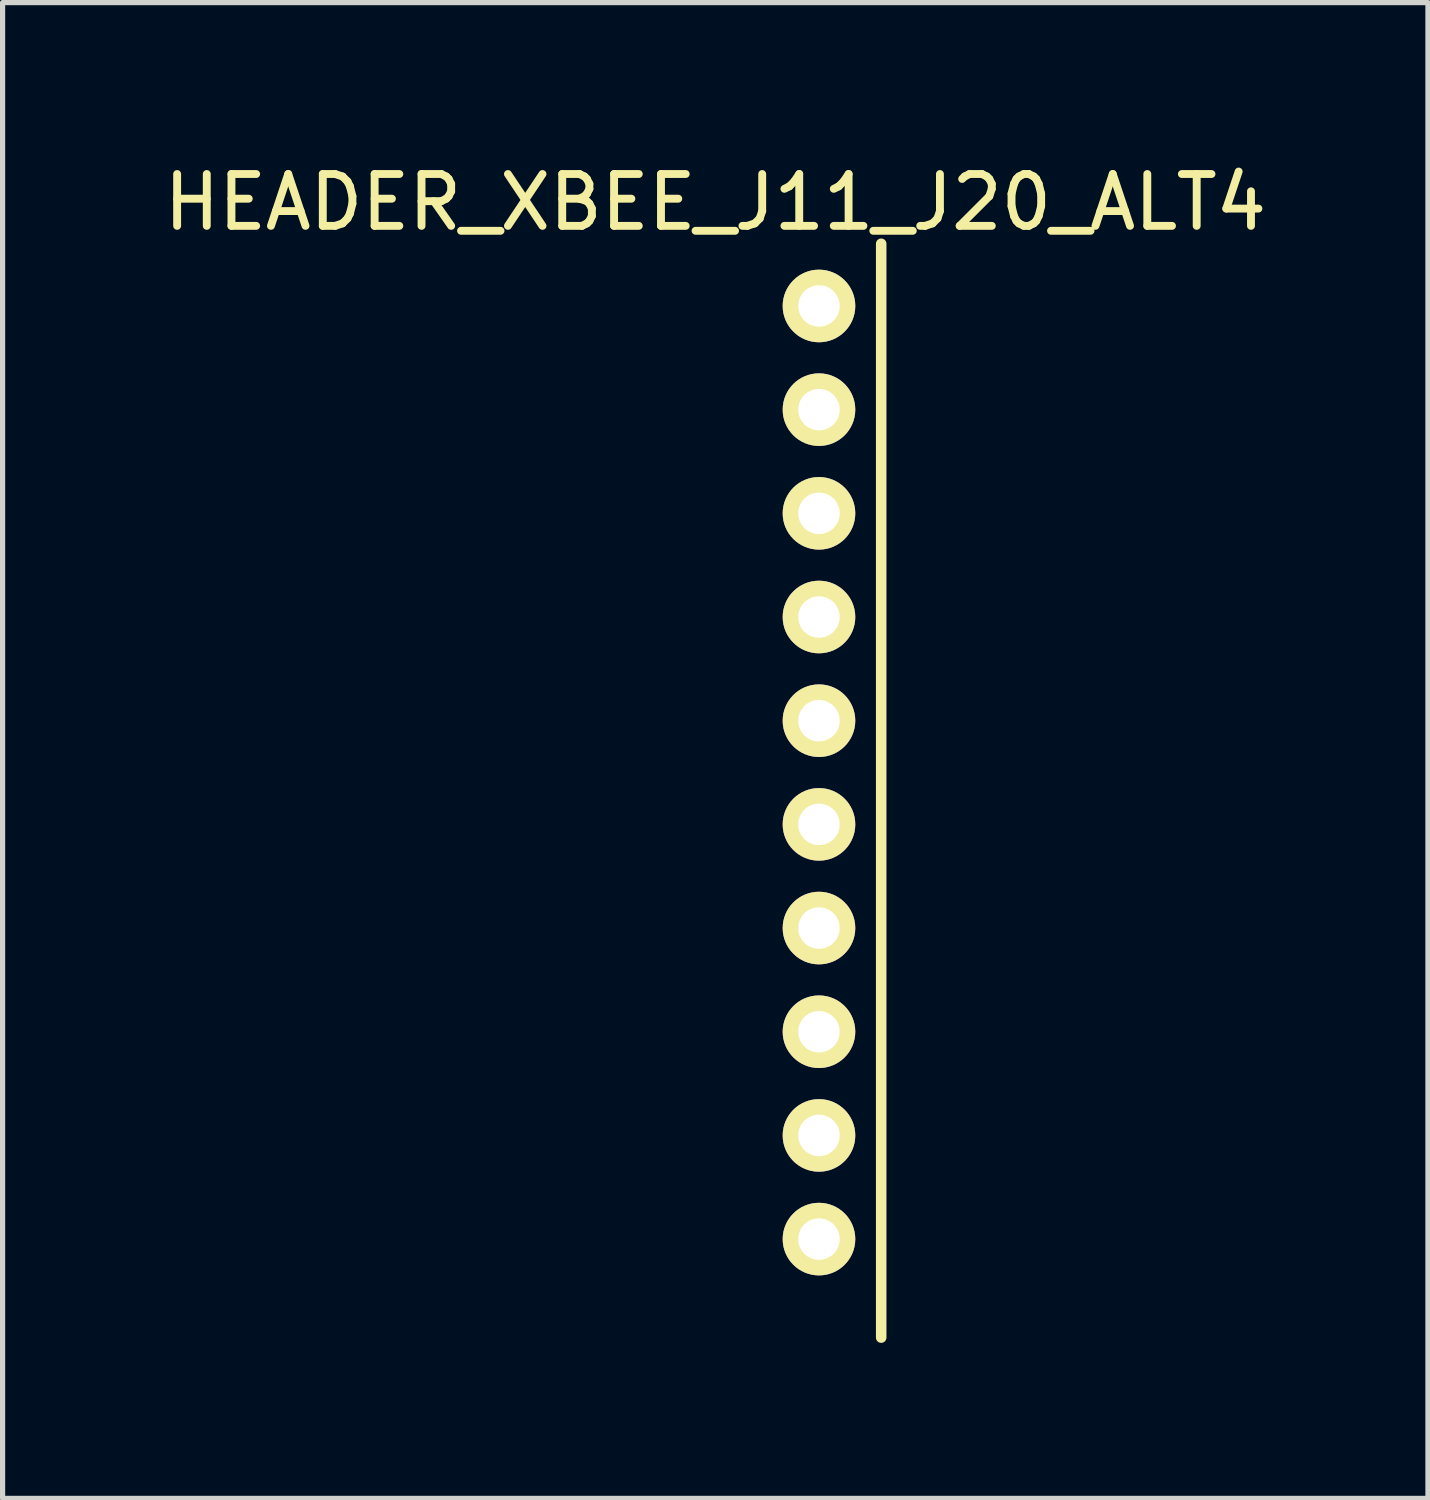
<source format=kicad_pcb>
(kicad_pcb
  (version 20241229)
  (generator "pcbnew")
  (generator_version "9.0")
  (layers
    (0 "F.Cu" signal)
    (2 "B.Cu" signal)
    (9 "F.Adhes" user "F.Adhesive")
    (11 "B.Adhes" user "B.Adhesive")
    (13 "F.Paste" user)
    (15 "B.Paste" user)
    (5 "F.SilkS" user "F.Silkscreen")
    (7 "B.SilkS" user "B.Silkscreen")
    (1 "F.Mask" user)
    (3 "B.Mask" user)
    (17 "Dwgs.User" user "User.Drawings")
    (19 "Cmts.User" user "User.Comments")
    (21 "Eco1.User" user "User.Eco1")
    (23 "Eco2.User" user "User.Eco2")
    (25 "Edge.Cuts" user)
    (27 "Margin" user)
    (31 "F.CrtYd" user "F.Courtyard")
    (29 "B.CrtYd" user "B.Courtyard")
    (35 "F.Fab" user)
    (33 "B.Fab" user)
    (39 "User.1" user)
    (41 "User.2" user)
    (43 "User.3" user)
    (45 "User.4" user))
  (footprint "HEADER_XBEE_J11_J20_ALT4"
    (layer "F.Cu")
    (at 12.748 10.852)
    (property "Reference" "HEADER_XBEE_J11_J20_ALT4" (at -2 -10 0) (layer "F.SilkS") (effects (font (size 1 1) (thickness 0.152))))
    (attr through_hole)
    (fp_line (start 1.2 11.9) (end 1.2 -9.2) (stroke (width 0.203) (type solid)) (layer "F.SilkS"))
    (pad "11" thru_hole circle (at 0 10) (size 1.4 1.4) (drill 0.8) (layers "*.Cu" "*.Mask" "F.SilkS"))
    (pad "12" thru_hole circle (at 0 8) (size 1.4 1.4) (drill 0.8) (layers "*.Cu" "*.Mask" "F.SilkS"))
    (pad "13" thru_hole circle (at 0 6) (size 1.4 1.4) (drill 0.8) (layers "*.Cu" "*.Mask" "F.SilkS"))
    (pad "14" thru_hole circle (at 0 4) (size 1.4 1.4) (drill 0.8) (layers "*.Cu" "*.Mask" "F.SilkS"))
    (pad "15" thru_hole circle (at 0 2) (size 1.4 1.4) (drill 0.8) (layers "*.Cu" "*.Mask" "F.SilkS"))
    (pad "16" thru_hole circle (at 0 0) (size 1.4 1.4) (drill 0.8) (layers "*.Cu" "*.Mask" "F.SilkS"))
    (pad "17" thru_hole circle (at 0 -2) (size 1.4 1.4) (drill 0.8) (layers "*.Cu" "*.Mask" "F.SilkS"))
    (pad "18" thru_hole circle (at 0 -4) (size 1.4 1.4) (drill 0.8) (layers "*.Cu" "*.Mask" "F.SilkS"))
    (pad "19" thru_hole circle (at 0 -6) (size 1.4 1.4) (drill 0.8) (layers "*.Cu" "*.Mask" "F.SilkS"))
    (pad "20" thru_hole circle (at 0 -8) (size 1.4 1.4) (drill 0.8) (layers "*.Cu" "*.Mask" "F.SilkS")))
  (gr_rect
    (start -3 -3)
    (end 24.495 25.854)
    (stroke (width 0.1) (type default))
    (fill no)
    (layer "Edge.Cuts")))
</source>
